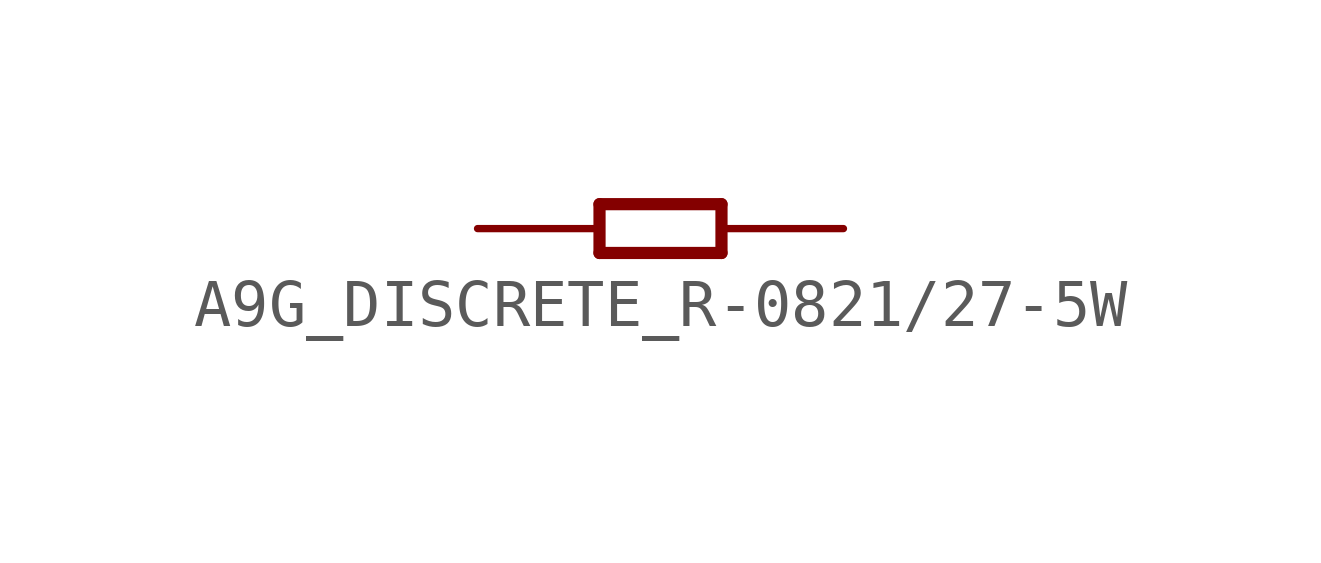
<source format=kicad_sym>
(kicad_symbol_lib
  (version 20231120)
  (generator "kicad_symbol_editor")
  (generator_version "8.0")
  (symbol "A9G_DISCRETE_R-0821/27-5W"
    (property "Reference" "R"
      (at -3.81 0 0)
      (effects (font (size 1.27 1.079)) (justify left bottom) (hide yes)))
    (property "ki_locked" ""
      (at 0 0 0)
      (effects (font (size 1.27 1.27))))
    (symbol "A9G_DISCRETE_R-0821/27-5W_1_0"
      (polyline (pts (xy -1.27 -0.508) (xy -1.27 0.508)) (stroke (width 0.254) (type solid)) (fill (type none)))
      (polyline (pts (xy -1.27 0.508) (xy 1.27 0.508)) (stroke (width 0.254) (type solid)) (fill (type none)))
      (polyline (pts (xy 1.27 -0.508) (xy -1.27 -0.508)) (stroke (width 0.254) (type solid)) (fill (type none)))
      (polyline (pts (xy 1.27 0.508) (xy 1.27 -0.508)) (stroke (width 0.254) (type solid)) (fill (type none)))
      (pin passive line (at -3.81 0 0) (length 2.54) (name "1" (effects (font (size 0 0)))) (number "P$1" (effects (font (size 0 0)))))
      (pin passive line (at 3.81 0 180) (length 2.54) (name "2" (effects (font (size 0 0)))) (number "P$2" (effects (font (size 0 0))))))))
</source>
